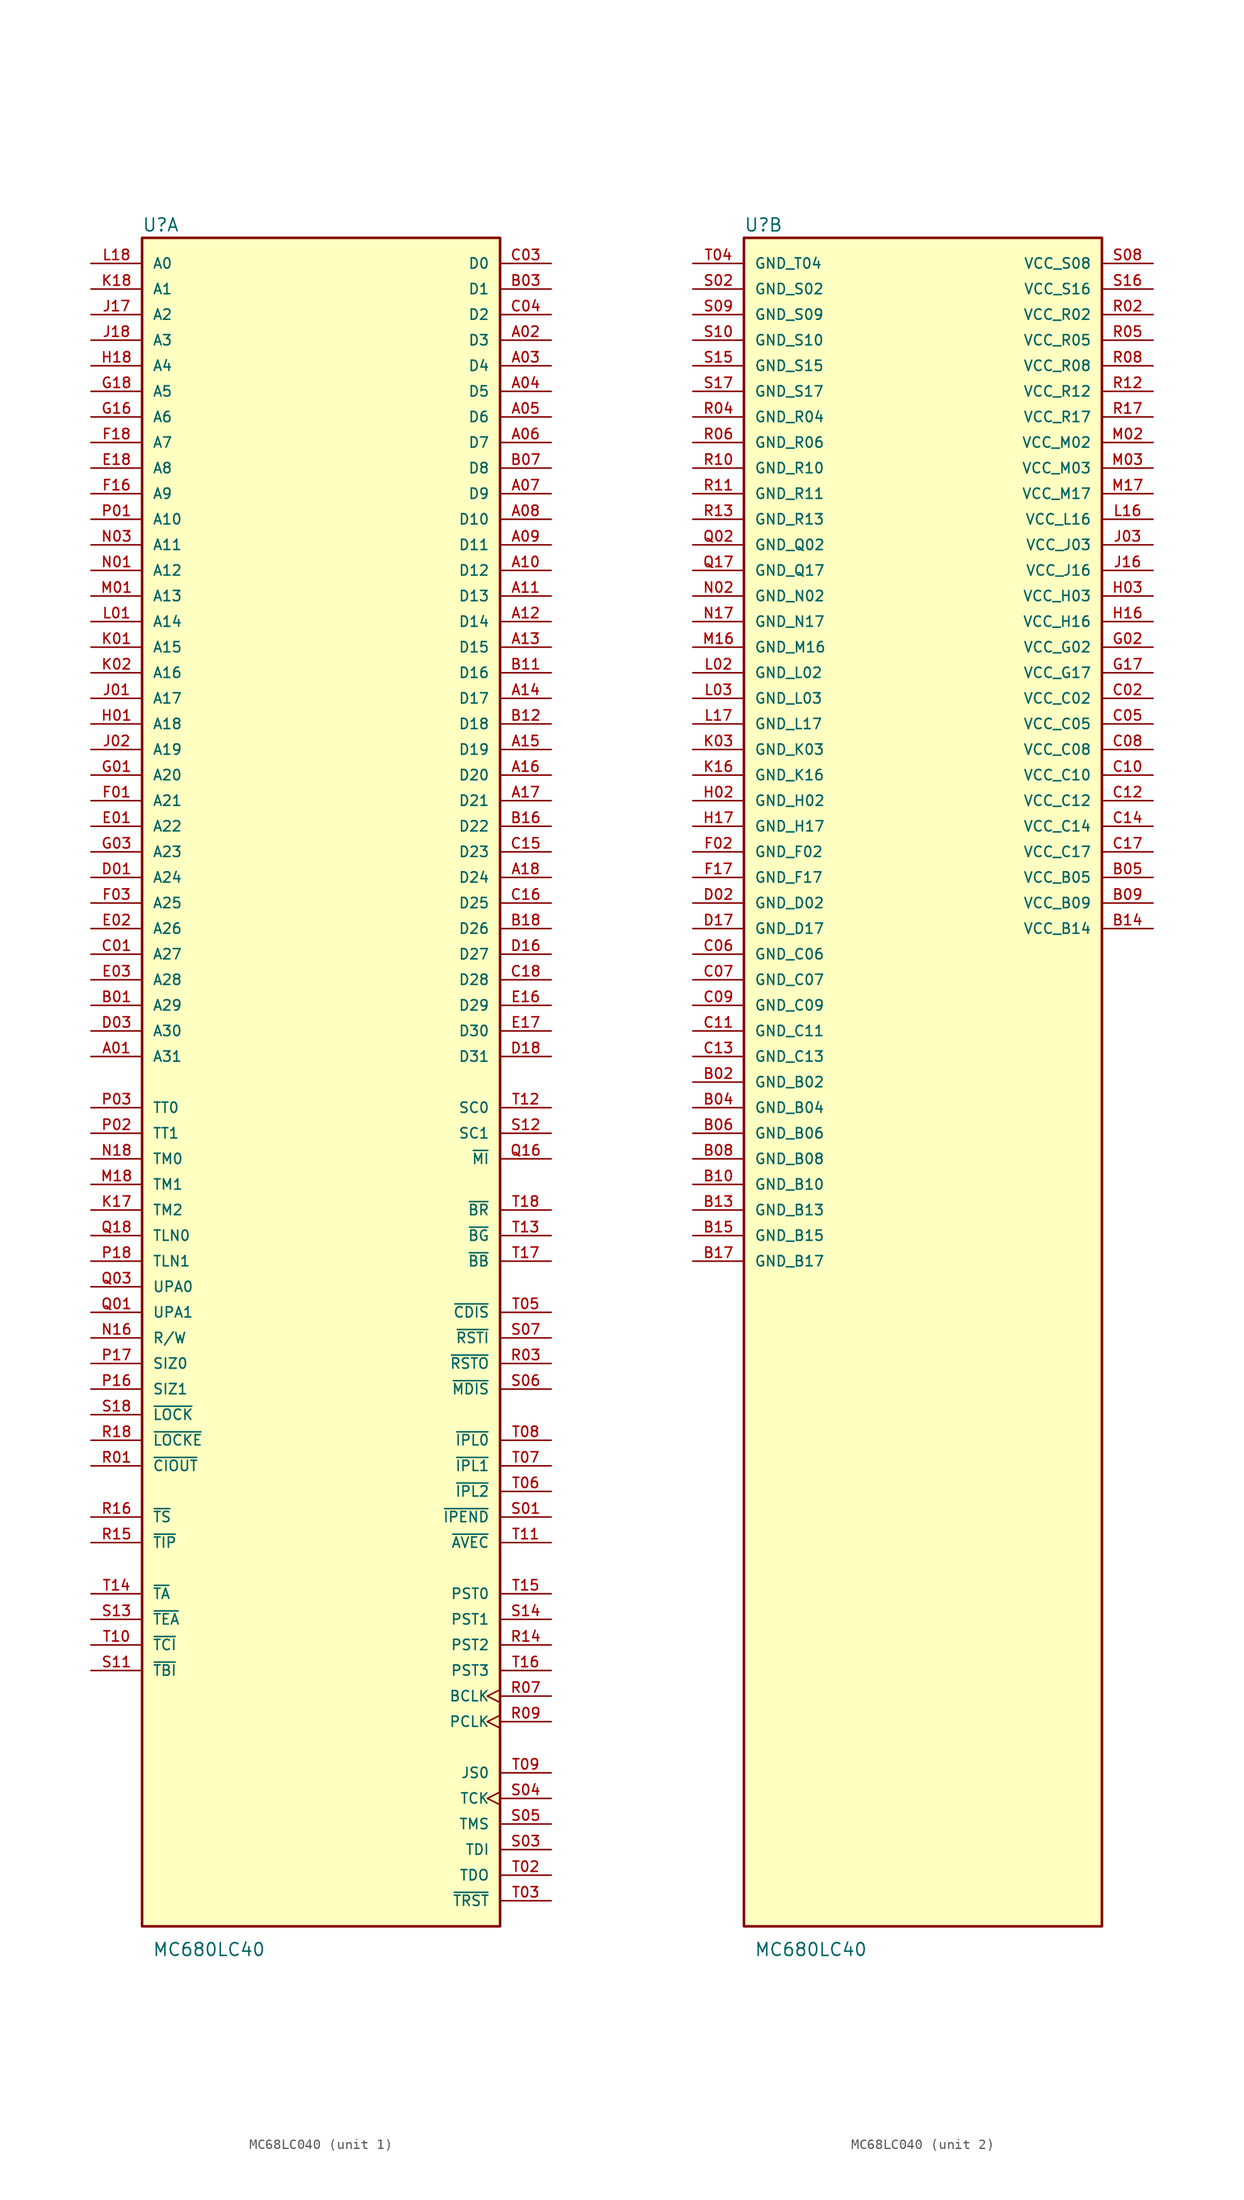
<source format=kicad_sym>
(kicad_symbol_lib
  (version 20231120)
  (generator "kicad_symbol_editor")
  (generator_version "8.0")
  (symbol "MC68LC040"
    (pin_names
      (offset 1.016))
    (property "Reference" "U"
      (at -17.786 89.437 0)
      (effects (font (size 1.27 1.27)) (justify left bottom)))
    (property "Value" "MC680LC40"
      (at -16.764 -81.788 0)
      (effects (font (size 1.27 1.27)) (justify left bottom)))
    (property "ki_locked" ""
      (at 0 0 0)
      (effects (font (size 1.27 1.27))))
    (symbol "MC68LC040_0_0"
      (rectangle (start -17.78 88.9) (end 17.78 -78.74) (stroke (width 0.254) (type default)) (fill (type background))))
    (symbol "MC68LC040_1_0"
      (pin bidirectional line (at -22.86 7.62 0) (length 5.08) (name "A31" (effects (font (size 1.016 1.016)))) (number "A01" (effects (font (size 1.016 1.016)))))
      (pin bidirectional line (at 22.86 78.74 180) (length 5.08) (name "D3" (effects (font (size 1.016 1.016)))) (number "A02" (effects (font (size 1.016 1.016)))))
      (pin bidirectional line (at 22.86 76.2 180) (length 5.08) (name "D4" (effects (font (size 1.016 1.016)))) (number "A03" (effects (font (size 1.016 1.016)))))
      (pin bidirectional line (at 22.86 73.66 180) (length 5.08) (name "D5" (effects (font (size 1.016 1.016)))) (number "A04" (effects (font (size 1.016 1.016)))))
      (pin bidirectional line (at 22.86 71.12 180) (length 5.08) (name "D6" (effects (font (size 1.016 1.016)))) (number "A05" (effects (font (size 1.016 1.016)))))
      (pin bidirectional line (at 22.86 68.58 180) (length 5.08) (name "D7" (effects (font (size 1.016 1.016)))) (number "A06" (effects (font (size 1.016 1.016)))))
      (pin bidirectional line (at 22.86 63.5 180) (length 5.08) (name "D9" (effects (font (size 1.016 1.016)))) (number "A07" (effects (font (size 1.016 1.016)))))
      (pin bidirectional line (at 22.86 60.96 180) (length 5.08) (name "D10" (effects (font (size 1.016 1.016)))) (number "A08" (effects (font (size 1.016 1.016)))))
      (pin bidirectional line (at 22.86 58.42 180) (length 5.08) (name "D11" (effects (font (size 1.016 1.016)))) (number "A09" (effects (font (size 1.016 1.016)))))
      (pin bidirectional line (at 22.86 55.88 180) (length 5.08) (name "D12" (effects (font (size 1.016 1.016)))) (number "A10" (effects (font (size 1.016 1.016)))))
      (pin bidirectional line (at 22.86 53.34 180) (length 5.08) (name "D13" (effects (font (size 1.016 1.016)))) (number "A11" (effects (font (size 1.016 1.016)))))
      (pin bidirectional line (at 22.86 50.8 180) (length 5.08) (name "D14" (effects (font (size 1.016 1.016)))) (number "A12" (effects (font (size 1.016 1.016)))))
      (pin bidirectional line (at 22.86 48.26 180) (length 5.08) (name "D15" (effects (font (size 1.016 1.016)))) (number "A13" (effects (font (size 1.016 1.016)))))
      (pin bidirectional line (at 22.86 43.18 180) (length 5.08) (name "D17" (effects (font (size 1.016 1.016)))) (number "A14" (effects (font (size 1.016 1.016)))))
      (pin bidirectional line (at 22.86 38.1 180) (length 5.08) (name "D19" (effects (font (size 1.016 1.016)))) (number "A15" (effects (font (size 1.016 1.016)))))
      (pin bidirectional line (at 22.86 35.56 180) (length 5.08) (name "D20" (effects (font (size 1.016 1.016)))) (number "A16" (effects (font (size 1.016 1.016)))))
      (pin bidirectional line (at 22.86 33.02 180) (length 5.08) (name "D21" (effects (font (size 1.016 1.016)))) (number "A17" (effects (font (size 1.016 1.016)))))
      (pin bidirectional line (at 22.86 25.4 180) (length 5.08) (name "D24" (effects (font (size 1.016 1.016)))) (number "A18" (effects (font (size 1.016 1.016)))))
      (pin bidirectional line (at -22.86 12.7 0) (length 5.08) (name "A29" (effects (font (size 1.016 1.016)))) (number "B01" (effects (font (size 1.016 1.016)))))
      (pin bidirectional line (at 22.86 83.82 180) (length 5.08) (name "D1" (effects (font (size 1.016 1.016)))) (number "B03" (effects (font (size 1.016 1.016)))))
      (pin bidirectional line (at 22.86 66.04 180) (length 5.08) (name "D8" (effects (font (size 1.016 1.016)))) (number "B07" (effects (font (size 1.016 1.016)))))
      (pin bidirectional line (at 22.86 45.72 180) (length 5.08) (name "D16" (effects (font (size 1.016 1.016)))) (number "B11" (effects (font (size 1.016 1.016)))))
      (pin bidirectional line (at 22.86 40.64 180) (length 5.08) (name "D18" (effects (font (size 1.016 1.016)))) (number "B12" (effects (font (size 1.016 1.016)))))
      (pin bidirectional line (at 22.86 30.48 180) (length 5.08) (name "D22" (effects (font (size 1.016 1.016)))) (number "B16" (effects (font (size 1.016 1.016)))))
      (pin bidirectional line (at 22.86 20.32 180) (length 5.08) (name "D26" (effects (font (size 1.016 1.016)))) (number "B18" (effects (font (size 1.016 1.016)))))
      (pin bidirectional line (at -22.86 17.78 0) (length 5.08) (name "A27" (effects (font (size 1.016 1.016)))) (number "C01" (effects (font (size 1.016 1.016)))))
      (pin bidirectional line (at 22.86 86.36 180) (length 5.08) (name "D0" (effects (font (size 1.016 1.016)))) (number "C03" (effects (font (size 1.016 1.016)))))
      (pin bidirectional line (at 22.86 81.28 180) (length 5.08) (name "D2" (effects (font (size 1.016 1.016)))) (number "C04" (effects (font (size 1.016 1.016)))))
      (pin bidirectional line (at 22.86 27.94 180) (length 5.08) (name "D23" (effects (font (size 1.016 1.016)))) (number "C15" (effects (font (size 1.016 1.016)))))
      (pin bidirectional line (at 22.86 22.86 180) (length 5.08) (name "D25" (effects (font (size 1.016 1.016)))) (number "C16" (effects (font (size 1.016 1.016)))))
      (pin bidirectional line (at 22.86 15.24 180) (length 5.08) (name "D28" (effects (font (size 1.016 1.016)))) (number "C18" (effects (font (size 1.016 1.016)))))
      (pin bidirectional line (at -22.86 25.4 0) (length 5.08) (name "A24" (effects (font (size 1.016 1.016)))) (number "D01" (effects (font (size 1.016 1.016)))))
      (pin bidirectional line (at -22.86 10.16 0) (length 5.08) (name "A30" (effects (font (size 1.016 1.016)))) (number "D03" (effects (font (size 1.016 1.016)))))
      (pin bidirectional line (at 22.86 17.78 180) (length 5.08) (name "D27" (effects (font (size 1.016 1.016)))) (number "D16" (effects (font (size 1.016 1.016)))))
      (pin bidirectional line (at 22.86 7.62 180) (length 5.08) (name "D31" (effects (font (size 1.016 1.016)))) (number "D18" (effects (font (size 1.016 1.016)))))
      (pin bidirectional line (at -22.86 30.48 0) (length 5.08) (name "A22" (effects (font (size 1.016 1.016)))) (number "E01" (effects (font (size 1.016 1.016)))))
      (pin bidirectional line (at -22.86 20.32 0) (length 5.08) (name "A26" (effects (font (size 1.016 1.016)))) (number "E02" (effects (font (size 1.016 1.016)))))
      (pin bidirectional line (at -22.86 15.24 0) (length 5.08) (name "A28" (effects (font (size 1.016 1.016)))) (number "E03" (effects (font (size 1.016 1.016)))))
      (pin bidirectional line (at 22.86 12.7 180) (length 5.08) (name "D29" (effects (font (size 1.016 1.016)))) (number "E16" (effects (font (size 1.016 1.016)))))
      (pin bidirectional line (at 22.86 10.16 180) (length 5.08) (name "D30" (effects (font (size 1.016 1.016)))) (number "E17" (effects (font (size 1.016 1.016)))))
      (pin bidirectional line (at -22.86 66.04 0) (length 5.08) (name "A8" (effects (font (size 1.016 1.016)))) (number "E18" (effects (font (size 1.016 1.016)))))
      (pin bidirectional line (at -22.86 33.02 0) (length 5.08) (name "A21" (effects (font (size 1.016 1.016)))) (number "F01" (effects (font (size 1.016 1.016)))))
      (pin bidirectional line (at -22.86 22.86 0) (length 5.08) (name "A25" (effects (font (size 1.016 1.016)))) (number "F03" (effects (font (size 1.016 1.016)))))
      (pin bidirectional line (at -22.86 63.5 0) (length 5.08) (name "A9" (effects (font (size 1.016 1.016)))) (number "F16" (effects (font (size 1.016 1.016)))))
      (pin bidirectional line (at -22.86 68.58 0) (length 5.08) (name "A7" (effects (font (size 1.016 1.016)))) (number "F18" (effects (font (size 1.016 1.016)))))
      (pin bidirectional line (at -22.86 35.56 0) (length 5.08) (name "A20" (effects (font (size 1.016 1.016)))) (number "G01" (effects (font (size 1.016 1.016)))))
      (pin bidirectional line (at -22.86 27.94 0) (length 5.08) (name "A23" (effects (font (size 1.016 1.016)))) (number "G03" (effects (font (size 1.016 1.016)))))
      (pin bidirectional line (at -22.86 71.12 0) (length 5.08) (name "A6" (effects (font (size 1.016 1.016)))) (number "G16" (effects (font (size 1.016 1.016)))))
      (pin bidirectional line (at -22.86 73.66 0) (length 5.08) (name "A5" (effects (font (size 1.016 1.016)))) (number "G18" (effects (font (size 1.016 1.016)))))
      (pin bidirectional line (at -22.86 40.64 0) (length 5.08) (name "A18" (effects (font (size 1.016 1.016)))) (number "H01" (effects (font (size 1.016 1.016)))))
      (pin bidirectional line (at -22.86 76.2 0) (length 5.08) (name "A4" (effects (font (size 1.016 1.016)))) (number "H18" (effects (font (size 1.016 1.016)))))
      (pin bidirectional line (at -22.86 43.18 0) (length 5.08) (name "A17" (effects (font (size 1.016 1.016)))) (number "J01" (effects (font (size 1.016 1.016)))))
      (pin bidirectional line (at -22.86 38.1 0) (length 5.08) (name "A19" (effects (font (size 1.016 1.016)))) (number "J02" (effects (font (size 1.016 1.016)))))
      (pin bidirectional line (at -22.86 81.28 0) (length 5.08) (name "A2" (effects (font (size 1.016 1.016)))) (number "J17" (effects (font (size 1.016 1.016)))))
      (pin bidirectional line (at -22.86 78.74 0) (length 5.08) (name "A3" (effects (font (size 1.016 1.016)))) (number "J18" (effects (font (size 1.016 1.016)))))
      (pin bidirectional line (at -22.86 48.26 0) (length 5.08) (name "A15" (effects (font (size 1.016 1.016)))) (number "K01" (effects (font (size 1.016 1.016)))))
      (pin bidirectional line (at -22.86 45.72 0) (length 5.08) (name "A16" (effects (font (size 1.016 1.016)))) (number "K02" (effects (font (size 1.016 1.016)))))
      (pin output line (at -22.86 -7.62 0) (length 5.08) (name "TM2" (effects (font (size 1.016 1.016)))) (number "K17" (effects (font (size 1.016 1.016)))))
      (pin bidirectional line (at -22.86 83.82 0) (length 5.08) (name "A1" (effects (font (size 1.016 1.016)))) (number "K18" (effects (font (size 1.016 1.016)))))
      (pin bidirectional line (at -22.86 50.8 0) (length 5.08) (name "A14" (effects (font (size 1.016 1.016)))) (number "L01" (effects (font (size 1.016 1.016)))))
      (pin bidirectional line (at -22.86 86.36 0) (length 5.08) (name "A0" (effects (font (size 1.016 1.016)))) (number "L18" (effects (font (size 1.016 1.016)))))
      (pin bidirectional line (at -22.86 53.34 0) (length 5.08) (name "A13" (effects (font (size 1.016 1.016)))) (number "M01" (effects (font (size 1.016 1.016)))))
      (pin output line (at -22.86 -5.08 0) (length 5.08) (name "TM1" (effects (font (size 1.016 1.016)))) (number "M18" (effects (font (size 1.016 1.016)))))
      (pin bidirectional line (at -22.86 55.88 0) (length 5.08) (name "A12" (effects (font (size 1.016 1.016)))) (number "N01" (effects (font (size 1.016 1.016)))))
      (pin bidirectional line (at -22.86 58.42 0) (length 5.08) (name "A11" (effects (font (size 1.016 1.016)))) (number "N03" (effects (font (size 1.016 1.016)))))
      (pin bidirectional line (at -22.86 -20.32 0) (length 5.08) (name "R/W" (effects (font (size 1.016 1.016)))) (number "N16" (effects (font (size 1.016 1.016)))))
      (pin output line (at -22.86 -2.54 0) (length 5.08) (name "TM0" (effects (font (size 1.016 1.016)))) (number "N18" (effects (font (size 1.016 1.016)))))
      (pin bidirectional line (at -22.86 60.96 0) (length 5.08) (name "A10" (effects (font (size 1.016 1.016)))) (number "P01" (effects (font (size 1.016 1.016)))))
      (pin input line (at -22.86 0 0) (length 5.08) (name "TT1" (effects (font (size 1.016 1.016)))) (number "P02" (effects (font (size 1.016 1.016)))))
      (pin input line (at -22.86 2.54 0) (length 5.08) (name "TT0" (effects (font (size 1.016 1.016)))) (number "P03" (effects (font (size 1.016 1.016)))))
      (pin bidirectional line (at -22.86 -25.4 0) (length 5.08) (name "SIZ1" (effects (font (size 1.016 1.016)))) (number "P16" (effects (font (size 1.016 1.016)))))
      (pin bidirectional line (at -22.86 -22.86 0) (length 5.08) (name "SIZ0" (effects (font (size 1.016 1.016)))) (number "P17" (effects (font (size 1.016 1.016)))))
      (pin output line (at -22.86 -12.7 0) (length 5.08) (name "TLN1" (effects (font (size 1.016 1.016)))) (number "P18" (effects (font (size 1.016 1.016)))))
      (pin output line (at -22.86 -17.78 0) (length 5.08) (name "UPA1" (effects (font (size 1.016 1.016)))) (number "Q01" (effects (font (size 1.016 1.016)))))
      (pin output line (at -22.86 -15.24 0) (length 5.08) (name "UPA0" (effects (font (size 1.016 1.016)))) (number "Q03" (effects (font (size 1.016 1.016)))))
      (pin output line (at 22.86 -2.54 180) (length 5.08) (name "~{MI}" (effects (font (size 1.016 1.016)))) (number "Q16" (effects (font (size 1.016 1.016)))))
      (pin output line (at -22.86 -10.16 0) (length 5.08) (name "TLN0" (effects (font (size 1.016 1.016)))) (number "Q18" (effects (font (size 1.016 1.016)))))
      (pin output line (at -22.86 -33.02 0) (length 5.08) (name "~{CIOUT}" (effects (font (size 1.016 1.016)))) (number "R01" (effects (font (size 1.016 1.016)))))
      (pin output line (at 22.86 -22.86 180) (length 5.08) (name "~{RSTO}" (effects (font (size 1.016 1.016)))) (number "R03" (effects (font (size 1.016 1.016)))))
      (pin input clock (at 22.86 -55.88 180) (length 5.08) (name "BCLK" (effects (font (size 1.016 1.016)))) (number "R07" (effects (font (size 1.016 1.016)))))
      (pin input clock (at 22.86 -58.42 180) (length 5.08) (name "PCLK" (effects (font (size 1.016 1.016)))) (number "R09" (effects (font (size 1.016 1.016)))))
      (pin output line (at 22.86 -50.8 180) (length 5.08) (name "PST2" (effects (font (size 1.016 1.016)))) (number "R14" (effects (font (size 1.016 1.016)))))
      (pin output line (at -22.86 -40.64 0) (length 5.08) (name "~{TIP}" (effects (font (size 1.016 1.016)))) (number "R15" (effects (font (size 1.016 1.016)))))
      (pin bidirectional line (at -22.86 -38.1 0) (length 5.08) (name "~{TS}" (effects (font (size 1.016 1.016)))) (number "R16" (effects (font (size 1.016 1.016)))))
      (pin output line (at -22.86 -30.48 0) (length 5.08) (name "~{LOCKE}" (effects (font (size 1.016 1.016)))) (number "R18" (effects (font (size 1.016 1.016)))))
      (pin output line (at 22.86 -38.1 180) (length 5.08) (name "~{IPEND}" (effects (font (size 1.016 1.016)))) (number "S01" (effects (font (size 1.016 1.016)))))
      (pin input line (at 22.86 -71.12 180) (length 5.08) (name "TDI" (effects (font (size 1.016 1.016)))) (number "S03" (effects (font (size 1.016 1.016)))))
      (pin input clock (at 22.86 -66.04 180) (length 5.08) (name "TCK" (effects (font (size 1.016 1.016)))) (number "S04" (effects (font (size 1.016 1.016)))))
      (pin input line (at 22.86 -68.58 180) (length 5.08) (name "TMS" (effects (font (size 1.016 1.016)))) (number "S05" (effects (font (size 1.016 1.016)))))
      (pin input line (at 22.86 -25.4 180) (length 5.08) (name "~{MDIS}" (effects (font (size 1.016 1.016)))) (number "S06" (effects (font (size 1.016 1.016)))))
      (pin input line (at 22.86 -20.32 180) (length 5.08) (name "~{RSTI}" (effects (font (size 1.016 1.016)))) (number "S07" (effects (font (size 1.016 1.016)))))
      (pin input line (at -22.86 -53.34 0) (length 5.08) (name "~{TBI}" (effects (font (size 1.016 1.016)))) (number "S11" (effects (font (size 1.016 1.016)))))
      (pin input line (at 22.86 0 180) (length 5.08) (name "SC1" (effects (font (size 1.016 1.016)))) (number "S12" (effects (font (size 1.016 1.016)))))
      (pin input line (at -22.86 -48.26 0) (length 5.08) (name "~{TEA}" (effects (font (size 1.016 1.016)))) (number "S13" (effects (font (size 1.016 1.016)))))
      (pin output line (at 22.86 -48.26 180) (length 5.08) (name "PST1" (effects (font (size 1.016 1.016)))) (number "S14" (effects (font (size 1.016 1.016)))))
      (pin output line (at -22.86 -27.94 0) (length 5.08) (name "~{LOCK}" (effects (font (size 1.016 1.016)))) (number "S18" (effects (font (size 1.016 1.016)))))
      (pin output line (at 22.86 -73.66 180) (length 5.08) (name "TDO" (effects (font (size 1.016 1.016)))) (number "T02" (effects (font (size 1.016 1.016)))))
      (pin input line (at 22.86 -76.2 180) (length 5.08) (name "~{TRST}" (effects (font (size 1.016 1.016)))) (number "T03" (effects (font (size 1.016 1.016)))))
      (pin input line (at 22.86 -17.78 180) (length 5.08) (name "~{CDIS}" (effects (font (size 1.016 1.016)))) (number "T05" (effects (font (size 1.016 1.016)))))
      (pin input line (at 22.86 -35.56 180) (length 5.08) (name "~{IPL2}" (effects (font (size 1.016 1.016)))) (number "T06" (effects (font (size 1.016 1.016)))))
      (pin input line (at 22.86 -33.02 180) (length 5.08) (name "~{IPL1}" (effects (font (size 1.016 1.016)))) (number "T07" (effects (font (size 1.016 1.016)))))
      (pin input line (at 22.86 -30.48 180) (length 5.08) (name "~{IPL0}" (effects (font (size 1.016 1.016)))) (number "T08" (effects (font (size 1.016 1.016)))))
      (pin input line (at 22.86 -63.5 180) (length 5.08) (name "JS0" (effects (font (size 1.016 1.016)))) (number "T09" (effects (font (size 1.016 1.016)))))
      (pin input line (at -22.86 -50.8 0) (length 5.08) (name "~{TCI}" (effects (font (size 1.016 1.016)))) (number "T10" (effects (font (size 1.016 1.016)))))
      (pin input line (at 22.86 -40.64 180) (length 5.08) (name "~{AVEC}" (effects (font (size 1.016 1.016)))) (number "T11" (effects (font (size 1.016 1.016)))))
      (pin input line (at 22.86 2.54 180) (length 5.08) (name "SC0" (effects (font (size 1.016 1.016)))) (number "T12" (effects (font (size 1.016 1.016)))))
      (pin input line (at 22.86 -10.16 180) (length 5.08) (name "~{BG}" (effects (font (size 1.016 1.016)))) (number "T13" (effects (font (size 1.016 1.016)))))
      (pin bidirectional line (at -22.86 -45.72 0) (length 5.08) (name "~{TA}" (effects (font (size 1.016 1.016)))) (number "T14" (effects (font (size 1.016 1.016)))))
      (pin output line (at 22.86 -45.72 180) (length 5.08) (name "PST0" (effects (font (size 1.016 1.016)))) (number "T15" (effects (font (size 1.016 1.016)))))
      (pin output line (at 22.86 -53.34 180) (length 5.08) (name "PST3" (effects (font (size 1.016 1.016)))) (number "T16" (effects (font (size 1.016 1.016)))))
      (pin bidirectional line (at 22.86 -12.7 180) (length 5.08) (name "~{BB}" (effects (font (size 1.016 1.016)))) (number "T17" (effects (font (size 1.016 1.016)))))
      (pin output line (at 22.86 -7.62 180) (length 5.08) (name "~{BR}" (effects (font (size 1.016 1.016)))) (number "T18" (effects (font (size 1.016 1.016))))))
    (symbol "MC68LC040_2_0"
      (pin power_in line (at -22.86 5.08 0) (length 5.08) (name "GND_B02" (effects (font (size 1.016 1.016)))) (number "B02" (effects (font (size 1.016 1.016)))))
      (pin power_in line (at -22.86 2.54 0) (length 5.08) (name "GND_B04" (effects (font (size 1.016 1.016)))) (number "B04" (effects (font (size 1.016 1.016)))))
      (pin power_in line (at 22.86 25.4 180) (length 5.08) (name "VCC_B05" (effects (font (size 1.016 1.016)))) (number "B05" (effects (font (size 1.016 1.016)))))
      (pin power_in line (at -22.86 0 0) (length 5.08) (name "GND_B06" (effects (font (size 1.016 1.016)))) (number "B06" (effects (font (size 1.016 1.016)))))
      (pin power_in line (at -22.86 -2.54 0) (length 5.08) (name "GND_B08" (effects (font (size 1.016 1.016)))) (number "B08" (effects (font (size 1.016 1.016)))))
      (pin power_in line (at 22.86 22.86 180) (length 5.08) (name "VCC_B09" (effects (font (size 1.016 1.016)))) (number "B09" (effects (font (size 1.016 1.016)))))
      (pin power_in line (at -22.86 -5.08 0) (length 5.08) (name "GND_B10" (effects (font (size 1.016 1.016)))) (number "B10" (effects (font (size 1.016 1.016)))))
      (pin power_in line (at -22.86 -7.62 0) (length 5.08) (name "GND_B13" (effects (font (size 1.016 1.016)))) (number "B13" (effects (font (size 1.016 1.016)))))
      (pin power_in line (at 22.86 20.32 180) (length 5.08) (name "VCC_B14" (effects (font (size 1.016 1.016)))) (number "B14" (effects (font (size 1.016 1.016)))))
      (pin power_in line (at -22.86 -10.16 0) (length 5.08) (name "GND_B15" (effects (font (size 1.016 1.016)))) (number "B15" (effects (font (size 1.016 1.016)))))
      (pin power_in line (at -22.86 -12.7 0) (length 5.08) (name "GND_B17" (effects (font (size 1.016 1.016)))) (number "B17" (effects (font (size 1.016 1.016)))))
      (pin power_in line (at 22.86 43.18 180) (length 5.08) (name "VCC_C02" (effects (font (size 1.016 1.016)))) (number "C02" (effects (font (size 1.016 1.016)))))
      (pin power_in line (at 22.86 40.64 180) (length 5.08) (name "VCC_C05" (effects (font (size 1.016 1.016)))) (number "C05" (effects (font (size 1.016 1.016)))))
      (pin power_in line (at -22.86 17.78 0) (length 5.08) (name "GND_C06" (effects (font (size 1.016 1.016)))) (number "C06" (effects (font (size 1.016 1.016)))))
      (pin power_in line (at -22.86 15.24 0) (length 5.08) (name "GND_C07" (effects (font (size 1.016 1.016)))) (number "C07" (effects (font (size 1.016 1.016)))))
      (pin power_in line (at 22.86 38.1 180) (length 5.08) (name "VCC_C08" (effects (font (size 1.016 1.016)))) (number "C08" (effects (font (size 1.016 1.016)))))
      (pin power_in line (at -22.86 12.7 0) (length 5.08) (name "GND_C09" (effects (font (size 1.016 1.016)))) (number "C09" (effects (font (size 1.016 1.016)))))
      (pin power_in line (at 22.86 35.56 180) (length 5.08) (name "VCC_C10" (effects (font (size 1.016 1.016)))) (number "C10" (effects (font (size 1.016 1.016)))))
      (pin power_in line (at -22.86 10.16 0) (length 5.08) (name "GND_C11" (effects (font (size 1.016 1.016)))) (number "C11" (effects (font (size 1.016 1.016)))))
      (pin power_in line (at 22.86 33.02 180) (length 5.08) (name "VCC_C12" (effects (font (size 1.016 1.016)))) (number "C12" (effects (font (size 1.016 1.016)))))
      (pin power_in line (at -22.86 7.62 0) (length 5.08) (name "GND_C13" (effects (font (size 1.016 1.016)))) (number "C13" (effects (font (size 1.016 1.016)))))
      (pin power_in line (at 22.86 30.48 180) (length 5.08) (name "VCC_C14" (effects (font (size 1.016 1.016)))) (number "C14" (effects (font (size 1.016 1.016)))))
      (pin power_in line (at 22.86 27.94 180) (length 5.08) (name "VCC_C17" (effects (font (size 1.016 1.016)))) (number "C17" (effects (font (size 1.016 1.016)))))
      (pin power_in line (at -22.86 22.86 0) (length 5.08) (name "GND_D02" (effects (font (size 1.016 1.016)))) (number "D02" (effects (font (size 1.016 1.016)))))
      (pin power_in line (at -22.86 20.32 0) (length 5.08) (name "GND_D17" (effects (font (size 1.016 1.016)))) (number "D17" (effects (font (size 1.016 1.016)))))
      (pin power_in line (at -22.86 27.94 0) (length 5.08) (name "GND_F02" (effects (font (size 1.016 1.016)))) (number "F02" (effects (font (size 1.016 1.016)))))
      (pin power_in line (at -22.86 25.4 0) (length 5.08) (name "GND_F17" (effects (font (size 1.016 1.016)))) (number "F17" (effects (font (size 1.016 1.016)))))
      (pin power_in line (at 22.86 48.26 180) (length 5.08) (name "VCC_G02" (effects (font (size 1.016 1.016)))) (number "G02" (effects (font (size 1.016 1.016)))))
      (pin power_in line (at 22.86 45.72 180) (length 5.08) (name "VCC_G17" (effects (font (size 1.016 1.016)))) (number "G17" (effects (font (size 1.016 1.016)))))
      (pin power_in line (at -22.86 33.02 0) (length 5.08) (name "GND_H02" (effects (font (size 1.016 1.016)))) (number "H02" (effects (font (size 1.016 1.016)))))
      (pin power_in line (at 22.86 53.34 180) (length 5.08) (name "VCC_H03" (effects (font (size 1.016 1.016)))) (number "H03" (effects (font (size 1.016 1.016)))))
      (pin power_in line (at 22.86 50.8 180) (length 5.08) (name "VCC_H16" (effects (font (size 1.016 1.016)))) (number "H16" (effects (font (size 1.016 1.016)))))
      (pin power_in line (at -22.86 30.48 0) (length 5.08) (name "GND_H17" (effects (font (size 1.016 1.016)))) (number "H17" (effects (font (size 1.016 1.016)))))
      (pin power_in line (at 22.86 58.42 180) (length 5.08) (name "VCC_J03" (effects (font (size 1.016 1.016)))) (number "J03" (effects (font (size 1.016 1.016)))))
      (pin power_in line (at 22.86 55.88 180) (length 5.08) (name "VCC_J16" (effects (font (size 1.016 1.016)))) (number "J16" (effects (font (size 1.016 1.016)))))
      (pin power_in line (at -22.86 38.1 0) (length 5.08) (name "GND_K03" (effects (font (size 1.016 1.016)))) (number "K03" (effects (font (size 1.016 1.016)))))
      (pin power_in line (at -22.86 35.56 0) (length 5.08) (name "GND_K16" (effects (font (size 1.016 1.016)))) (number "K16" (effects (font (size 1.016 1.016)))))
      (pin power_in line (at -22.86 45.72 0) (length 5.08) (name "GND_L02" (effects (font (size 1.016 1.016)))) (number "L02" (effects (font (size 1.016 1.016)))))
      (pin power_in line (at -22.86 43.18 0) (length 5.08) (name "GND_L03" (effects (font (size 1.016 1.016)))) (number "L03" (effects (font (size 1.016 1.016)))))
      (pin power_in line (at 22.86 60.96 180) (length 5.08) (name "VCC_L16" (effects (font (size 1.016 1.016)))) (number "L16" (effects (font (size 1.016 1.016)))))
      (pin power_in line (at -22.86 40.64 0) (length 5.08) (name "GND_L17" (effects (font (size 1.016 1.016)))) (number "L17" (effects (font (size 1.016 1.016)))))
      (pin power_in line (at 22.86 68.58 180) (length 5.08) (name "VCC_M02" (effects (font (size 1.016 1.016)))) (number "M02" (effects (font (size 1.016 1.016)))))
      (pin power_in line (at 22.86 66.04 180) (length 5.08) (name "VCC_M03" (effects (font (size 1.016 1.016)))) (number "M03" (effects (font (size 1.016 1.016)))))
      (pin power_in line (at -22.86 48.26 0) (length 5.08) (name "GND_M16" (effects (font (size 1.016 1.016)))) (number "M16" (effects (font (size 1.016 1.016)))))
      (pin power_in line (at 22.86 63.5 180) (length 5.08) (name "VCC_M17" (effects (font (size 1.016 1.016)))) (number "M17" (effects (font (size 1.016 1.016)))))
      (pin power_in line (at -22.86 53.34 0) (length 5.08) (name "GND_N02" (effects (font (size 1.016 1.016)))) (number "N02" (effects (font (size 1.016 1.016)))))
      (pin power_in line (at -22.86 50.8 0) (length 5.08) (name "GND_N17" (effects (font (size 1.016 1.016)))) (number "N17" (effects (font (size 1.016 1.016)))))
      (pin power_in line (at -22.86 58.42 0) (length 5.08) (name "GND_Q02" (effects (font (size 1.016 1.016)))) (number "Q02" (effects (font (size 1.016 1.016)))))
      (pin power_in line (at -22.86 55.88 0) (length 5.08) (name "GND_Q17" (effects (font (size 1.016 1.016)))) (number "Q17" (effects (font (size 1.016 1.016)))))
      (pin power_in line (at 22.86 81.28 180) (length 5.08) (name "VCC_R02" (effects (font (size 1.016 1.016)))) (number "R02" (effects (font (size 1.016 1.016)))))
      (pin power_in line (at -22.86 71.12 0) (length 5.08) (name "GND_R04" (effects (font (size 1.016 1.016)))) (number "R04" (effects (font (size 1.016 1.016)))))
      (pin power_in line (at 22.86 78.74 180) (length 5.08) (name "VCC_R05" (effects (font (size 1.016 1.016)))) (number "R05" (effects (font (size 1.016 1.016)))))
      (pin power_in line (at -22.86 68.58 0) (length 5.08) (name "GND_R06" (effects (font (size 1.016 1.016)))) (number "R06" (effects (font (size 1.016 1.016)))))
      (pin power_in line (at 22.86 76.2 180) (length 5.08) (name "VCC_R08" (effects (font (size 1.016 1.016)))) (number "R08" (effects (font (size 1.016 1.016)))))
      (pin power_in line (at -22.86 66.04 0) (length 5.08) (name "GND_R10" (effects (font (size 1.016 1.016)))) (number "R10" (effects (font (size 1.016 1.016)))))
      (pin power_in line (at -22.86 63.5 0) (length 5.08) (name "GND_R11" (effects (font (size 1.016 1.016)))) (number "R11" (effects (font (size 1.016 1.016)))))
      (pin power_in line (at 22.86 73.66 180) (length 5.08) (name "VCC_R12" (effects (font (size 1.016 1.016)))) (number "R12" (effects (font (size 1.016 1.016)))))
      (pin power_in line (at -22.86 60.96 0) (length 5.08) (name "GND_R13" (effects (font (size 1.016 1.016)))) (number "R13" (effects (font (size 1.016 1.016)))))
      (pin power_in line (at 22.86 71.12 180) (length 5.08) (name "VCC_R17" (effects (font (size 1.016 1.016)))) (number "R17" (effects (font (size 1.016 1.016)))))
      (pin power_in line (at -22.86 83.82 0) (length 5.08) (name "GND_S02" (effects (font (size 1.016 1.016)))) (number "S02" (effects (font (size 1.016 1.016)))))
      (pin power_in line (at 22.86 86.36 180) (length 5.08) (name "VCC_S08" (effects (font (size 1.016 1.016)))) (number "S08" (effects (font (size 1.016 1.016)))))
      (pin power_in line (at -22.86 81.28 0) (length 5.08) (name "GND_S09" (effects (font (size 1.016 1.016)))) (number "S09" (effects (font (size 1.016 1.016)))))
      (pin power_in line (at -22.86 78.74 0) (length 5.08) (name "GND_S10" (effects (font (size 1.016 1.016)))) (number "S10" (effects (font (size 1.016 1.016)))))
      (pin power_in line (at -22.86 76.2 0) (length 5.08) (name "GND_S15" (effects (font (size 1.016 1.016)))) (number "S15" (effects (font (size 1.016 1.016)))))
      (pin power_in line (at 22.86 83.82 180) (length 5.08) (name "VCC_S16" (effects (font (size 1.016 1.016)))) (number "S16" (effects (font (size 1.016 1.016)))))
      (pin power_in line (at -22.86 73.66 0) (length 5.08) (name "GND_S17" (effects (font (size 1.016 1.016)))) (number "S17" (effects (font (size 1.016 1.016)))))
      (pin power_in line (at -22.86 86.36 0) (length 5.08) (name "GND_T04" (effects (font (size 1.016 1.016)))) (number "T04" (effects (font (size 1.016 1.016))))))))
</source>
